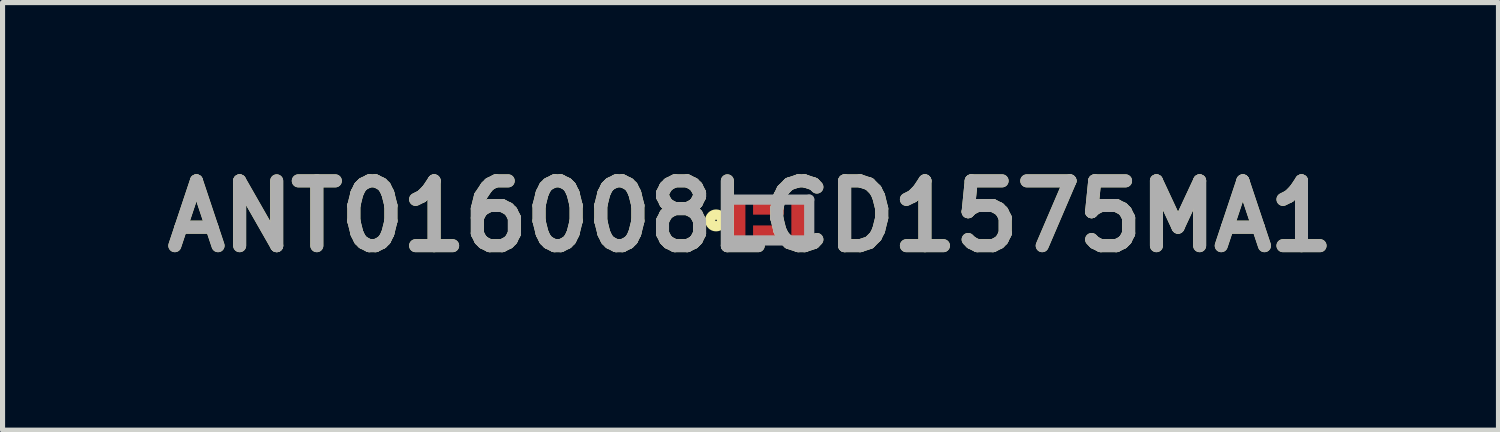
<source format=kicad_pcb>
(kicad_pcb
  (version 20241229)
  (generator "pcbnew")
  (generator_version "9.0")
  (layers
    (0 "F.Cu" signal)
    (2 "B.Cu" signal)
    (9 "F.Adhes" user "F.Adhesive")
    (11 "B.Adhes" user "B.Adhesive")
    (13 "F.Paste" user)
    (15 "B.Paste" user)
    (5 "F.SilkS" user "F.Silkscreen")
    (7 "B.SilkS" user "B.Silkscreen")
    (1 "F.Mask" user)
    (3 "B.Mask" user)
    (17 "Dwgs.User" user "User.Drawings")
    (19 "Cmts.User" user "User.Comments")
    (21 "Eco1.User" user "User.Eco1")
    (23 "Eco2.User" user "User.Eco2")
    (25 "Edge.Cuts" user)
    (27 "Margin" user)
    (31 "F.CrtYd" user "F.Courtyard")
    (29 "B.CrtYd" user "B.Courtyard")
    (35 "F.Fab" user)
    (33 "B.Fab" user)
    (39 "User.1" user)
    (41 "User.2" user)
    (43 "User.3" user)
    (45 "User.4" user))
  (footprint "ANT016008LCD1575MA1"
    (layer "F.Cu")
    (at 12.004 1.261)
    (property "Reference" "ANT016008LCD1575MA1" (at -0.35 -0.072 0) (layer "F.SilkS") (effects (font (size 1.27 1.27) (thickness 0.254))))
    (attr smd)
    (fp_circle (center -1.025 0.007) (end -1.025 0.022) (stroke (width 0.2) (type solid)) (fill no) (layer "F.SilkS"))
    (fp_line (start -0.8 -0.4) (end 0.8 -0.4) (stroke (width 0.2) (type solid)) (layer "F.Fab"))
    (fp_line (start -0.8 0.4) (end -0.8 -0.4) (stroke (width 0.2) (type solid)) (layer "F.Fab"))
    (fp_line (start 0.8 -0.4) (end 0.8 0.4) (stroke (width 0.2) (type solid)) (layer "F.Fab"))
    (fp_line (start 0.8 0.4) (end -0.8 0.4) (stroke (width 0.2) (type solid)) (layer "F.Fab"))
    (fp_text user "${REFERENCE}" (at -0.35 -0.072 0) (layer "F.Fab") (effects (font (size 1.27 1.27) (thickness 0.254))))
    (pad "1" smd rect (at -0.625 0) (size 0.35 0.8) (layers "F.Cu" "F.Mask" "F.Paste"))
    (pad "2" smd rect (at 0 0.233 90) (size 0.255 0.6) (layers "F.Cu" "F.Mask" "F.Paste"))
    (pad "3" smd rect (at 0.625 0) (size 0.35 0.8) (layers "F.Cu" "F.Mask" "F.Paste"))
    (pad "4" smd rect (at 0 -0.233 90) (size 0.255 0.6) (layers "F.Cu" "F.Mask" "F.Paste")))
  (gr_rect
    (start -3 -3)
    (end 26.308 5.377)
    (stroke (width 0.1) (type default))
    (fill no)
    (layer "Edge.Cuts")))
</source>
